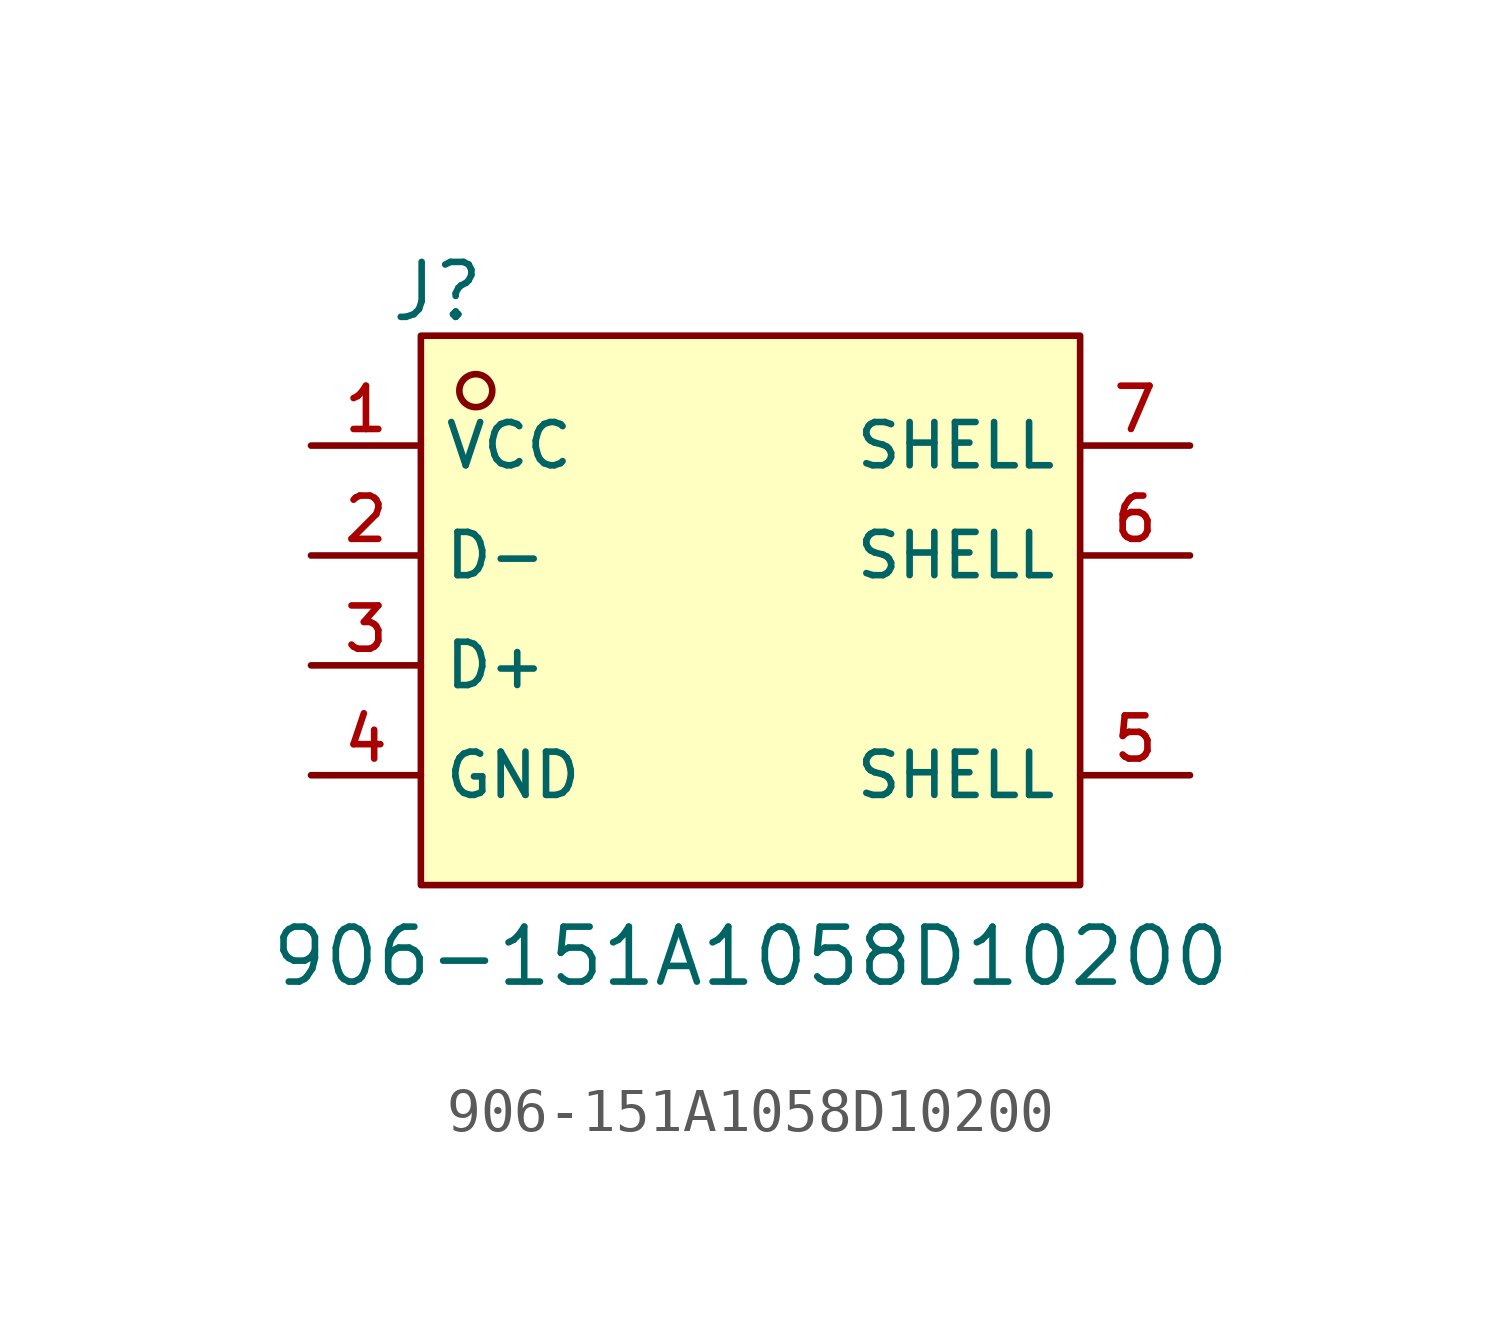
<source format=kicad_sym>
(kicad_symbol_lib
  (version 20220914)
  (generator kicad_symbol_editor)
  (symbol "906-151A1058D10200"
    (property "Reference" "J"
      (at -7.239 8.636 0)
      (effects (font (size 1.27 1.27))))
    (property "Value" "906-151A1058D10200"
      (at 0 -6.731 0)
      (effects (font (size 1.27 1.27))))
    (symbol "906-151A1058D10200_0_1"
      (rectangle (start -7.62 7.62) (end 7.62 -5.08) (stroke (width 0) (type default)) (fill (type background)))
      (circle (center -6.35 6.35) (radius 0.381) (stroke (width 0) (type default)) (fill (type background)))
      (pin unspecified line (at -10.16 5.08 0) (length 2.54) (name "VCC" (effects (font (size 1 1)))) (number "1" (effects (font (size 1 1)))))
      (pin unspecified line (at -10.16 2.54 0) (length 2.54) (name "D-" (effects (font (size 1 1)))) (number "2" (effects (font (size 1 1)))))
      (pin unspecified line (at -10.16 0 0) (length 2.54) (name "D+" (effects (font (size 1 1)))) (number "3" (effects (font (size 1 1)))))
      (pin unspecified line (at -10.16 -2.54 0) (length 2.54) (name "GND" (effects (font (size 1 1)))) (number "4" (effects (font (size 1 1)))))
      (pin unspecified line (at 10.16 -2.54 180) (length 2.54) (name "SHELL" (effects (font (size 1 1)))) (number "5" (effects (font (size 1 1)))))
      (pin unspecified line (at 10.16 2.54 180) (length 2.54) (name "SHELL" (effects (font (size 1 1)))) (number "6" (effects (font (size 1 1)))))
      (pin unspecified line (at 10.16 5.08 180) (length 2.54) (name "SHELL" (effects (font (size 1 1)))) (number "7" (effects (font (size 1 1))))))))
</source>
